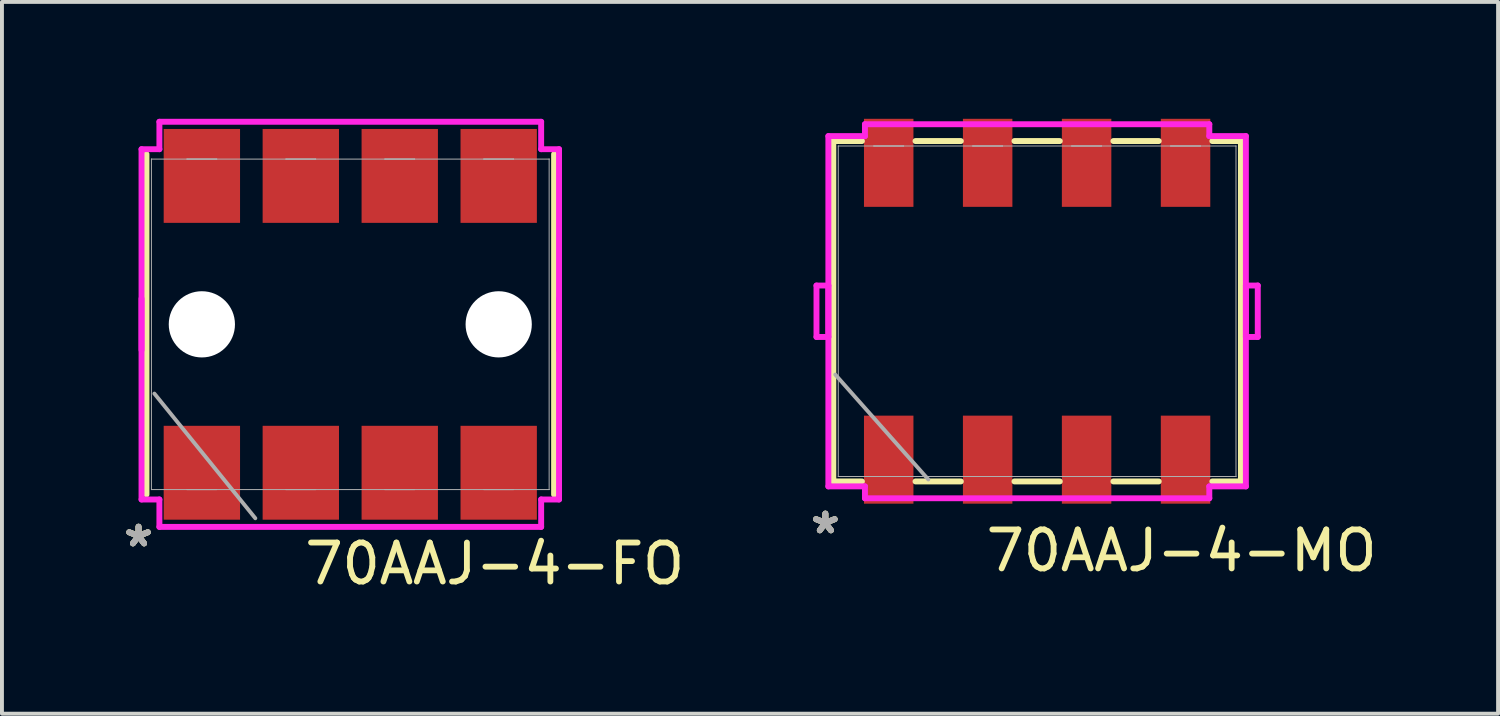
<source format=kicad_pcb>
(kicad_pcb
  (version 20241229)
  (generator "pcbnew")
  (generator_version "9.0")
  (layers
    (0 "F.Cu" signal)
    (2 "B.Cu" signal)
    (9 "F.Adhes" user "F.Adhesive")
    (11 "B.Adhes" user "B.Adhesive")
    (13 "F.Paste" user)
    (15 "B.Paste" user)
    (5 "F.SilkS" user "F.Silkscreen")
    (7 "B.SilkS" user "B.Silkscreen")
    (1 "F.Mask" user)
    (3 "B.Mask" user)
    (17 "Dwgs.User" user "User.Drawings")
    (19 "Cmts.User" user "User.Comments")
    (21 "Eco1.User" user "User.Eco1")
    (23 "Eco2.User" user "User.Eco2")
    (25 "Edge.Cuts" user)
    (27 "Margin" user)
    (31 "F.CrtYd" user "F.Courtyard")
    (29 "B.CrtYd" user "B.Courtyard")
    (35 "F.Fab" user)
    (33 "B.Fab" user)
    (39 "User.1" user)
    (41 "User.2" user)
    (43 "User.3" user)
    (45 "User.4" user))
  (footprint "70AAJ-4-FO"
    (layer "F.Cu")
    (at 5.942 5.276)
    (property "Reference" "70AAJ-4-FO" (at 3.708 6.147 0) (unlocked yes) (layer "F.SilkS") (effects (font (size 1 1) (thickness 0.15))))
    (attr smd)
    (fp_line (start -5.232 -4.369) (end -5.232 4.369) (stroke (width 0.152) (type solid)) (layer "F.SilkS"))
    (fp_line (start 5.232 4.369) (end 5.232 -4.369) (stroke (width 0.152) (type solid)) (layer "F.SilkS"))
    (fp_line (start -5.359 -4.496) (end -4.9 -4.496) (stroke (width 0.152) (type solid)) (layer "F.CrtYd"))
    (fp_line (start -5.359 0.66) (end -5.359 -4.496) (stroke (width 0.152) (type solid)) (layer "F.CrtYd"))
    (fp_line (start -5.359 4.496) (end -5.359 -0.66) (stroke (width 0.152) (type solid)) (layer "F.CrtYd"))
    (fp_line (start -4.9 -5.2) (end 4.9 -5.2) (stroke (width 0.152) (type solid)) (layer "F.CrtYd"))
    (fp_line (start -4.9 -4.496) (end -4.9 -5.2) (stroke (width 0.152) (type solid)) (layer "F.CrtYd"))
    (fp_line (start -4.9 4.496) (end -5.359 4.496) (stroke (width 0.152) (type solid)) (layer "F.CrtYd"))
    (fp_line (start -4.9 5.2) (end -4.9 4.496) (stroke (width 0.152) (type solid)) (layer "F.CrtYd"))
    (fp_line (start 4.9 -5.2) (end 4.9 -4.496) (stroke (width 0.152) (type solid)) (layer "F.CrtYd"))
    (fp_line (start 4.9 -4.496) (end 5.359 -4.496) (stroke (width 0.152) (type solid)) (layer "F.CrtYd"))
    (fp_line (start 4.9 4.496) (end 4.9 5.2) (stroke (width 0.152) (type solid)) (layer "F.CrtYd"))
    (fp_line (start 4.9 5.2) (end -4.9 5.2) (stroke (width 0.152) (type solid)) (layer "F.CrtYd"))
    (fp_line (start 5.359 -4.496) (end 5.359 0.66) (stroke (width 0.152) (type solid)) (layer "F.CrtYd"))
    (fp_line (start 5.359 -0.66) (end 5.359 4.496) (stroke (width 0.152) (type solid)) (layer "F.CrtYd"))
    (fp_line (start 5.359 4.496) (end 4.9 4.496) (stroke (width 0.152) (type solid)) (layer "F.CrtYd"))
    (fp_line (start -5.105 -4.242) (end -5.105 -4.242) (stroke (width 0.025) (type solid)) (layer "F.Fab"))
    (fp_line (start -5.105 -4.242) (end -5.105 4.242) (stroke (width 0.025) (type solid)) (layer "F.Fab"))
    (fp_line (start -5.105 4.242) (end -5.105 4.242) (stroke (width 0.025) (type solid)) (layer "F.Fab"))
    (fp_line (start -5.105 4.242) (end 5.105 4.242) (stroke (width 0.025) (type solid)) (layer "F.Fab"))
    (fp_line (start -5.029 1.778) (end -2.438 4.978) (stroke (width 0.1) (type solid)) (layer "F.Fab"))
    (fp_line (start -4.191 -4.242) (end -4.191 -4.242) (stroke (width 0.025) (type solid)) (layer "F.Fab"))
    (fp_line (start -4.191 -4.242) (end -3.429 -4.242) (stroke (width 0.025) (type solid)) (layer "F.Fab"))
    (fp_line (start -4.191 4.242) (end -4.191 4.242) (stroke (width 0.025) (type solid)) (layer "F.Fab"))
    (fp_line (start -4.191 4.242) (end -3.429 4.242) (stroke (width 0.025) (type solid)) (layer "F.Fab"))
    (fp_line (start -3.429 -4.242) (end -4.191 -4.242) (stroke (width 0.025) (type solid)) (layer "F.Fab"))
    (fp_line (start -3.429 -4.242) (end -3.429 -4.242) (stroke (width 0.025) (type solid)) (layer "F.Fab"))
    (fp_line (start -3.429 4.242) (end -4.191 4.242) (stroke (width 0.025) (type solid)) (layer "F.Fab"))
    (fp_line (start -3.429 4.242) (end -3.429 4.242) (stroke (width 0.025) (type solid)) (layer "F.Fab"))
    (fp_line (start -1.651 -4.242) (end -1.651 -4.242) (stroke (width 0.025) (type solid)) (layer "F.Fab"))
    (fp_line (start -1.651 -4.242) (end -0.889 -4.242) (stroke (width 0.025) (type solid)) (layer "F.Fab"))
    (fp_line (start -1.651 4.242) (end -1.651 4.242) (stroke (width 0.025) (type solid)) (layer "F.Fab"))
    (fp_line (start -1.651 4.242) (end -0.889 4.242) (stroke (width 0.025) (type solid)) (layer "F.Fab"))
    (fp_line (start -0.889 -4.242) (end -1.651 -4.242) (stroke (width 0.025) (type solid)) (layer "F.Fab"))
    (fp_line (start -0.889 -4.242) (end -0.889 -4.242) (stroke (width 0.025) (type solid)) (layer "F.Fab"))
    (fp_line (start -0.889 4.242) (end -1.651 4.242) (stroke (width 0.025) (type solid)) (layer "F.Fab"))
    (fp_line (start -0.889 4.242) (end -0.889 4.242) (stroke (width 0.025) (type solid)) (layer "F.Fab"))
    (fp_line (start 0.889 -4.242) (end 0.889 -4.242) (stroke (width 0.025) (type solid)) (layer "F.Fab"))
    (fp_line (start 0.889 -4.242) (end 1.651 -4.242) (stroke (width 0.025) (type solid)) (layer "F.Fab"))
    (fp_line (start 0.889 4.242) (end 0.889 4.242) (stroke (width 0.025) (type solid)) (layer "F.Fab"))
    (fp_line (start 0.889 4.242) (end 1.651 4.242) (stroke (width 0.025) (type solid)) (layer "F.Fab"))
    (fp_line (start 1.651 -4.242) (end 0.889 -4.242) (stroke (width 0.025) (type solid)) (layer "F.Fab"))
    (fp_line (start 1.651 -4.242) (end 1.651 -4.242) (stroke (width 0.025) (type solid)) (layer "F.Fab"))
    (fp_line (start 1.651 4.242) (end 0.889 4.242) (stroke (width 0.025) (type solid)) (layer "F.Fab"))
    (fp_line (start 1.651 4.242) (end 1.651 4.242) (stroke (width 0.025) (type solid)) (layer "F.Fab"))
    (fp_line (start 3.429 -4.242) (end 3.429 -4.242) (stroke (width 0.025) (type solid)) (layer "F.Fab"))
    (fp_line (start 3.429 -4.242) (end 4.191 -4.242) (stroke (width 0.025) (type solid)) (layer "F.Fab"))
    (fp_line (start 3.429 4.242) (end 3.429 4.242) (stroke (width 0.025) (type solid)) (layer "F.Fab"))
    (fp_line (start 3.429 4.242) (end 4.191 4.242) (stroke (width 0.025) (type solid)) (layer "F.Fab"))
    (fp_line (start 4.191 -4.242) (end 3.429 -4.242) (stroke (width 0.025) (type solid)) (layer "F.Fab"))
    (fp_line (start 4.191 -4.242) (end 4.191 -4.242) (stroke (width 0.025) (type solid)) (layer "F.Fab"))
    (fp_line (start 4.191 4.242) (end 3.429 4.242) (stroke (width 0.025) (type solid)) (layer "F.Fab"))
    (fp_line (start 4.191 4.242) (end 4.191 4.242) (stroke (width 0.025) (type solid)) (layer "F.Fab"))
    (fp_line (start 5.105 -4.242) (end -5.105 -4.242) (stroke (width 0.025) (type solid)) (layer "F.Fab"))
    (fp_line (start 5.105 -4.242) (end 5.105 -4.242) (stroke (width 0.025) (type solid)) (layer "F.Fab"))
    (fp_line (start 5.105 4.242) (end 5.105 -4.242) (stroke (width 0.025) (type solid)) (layer "F.Fab"))
    (fp_line (start 5.105 4.242) (end 5.105 4.242) (stroke (width 0.025) (type solid)) (layer "F.Fab"))
    (fp_text user "*" (at -5.436 5.74 0) (unlocked yes) (layer "F.SilkS") (effects (font (size 1 1) (thickness 0.15))))
    (fp_text user "*" (at -5.436 5.74 0) (layer "F.SilkS") (effects (font (size 1 1) (thickness 0.15))))
    (fp_text user "*" (at -5.436 5.74 0) (unlocked yes) (layer "F.Fab") (effects (font (size 1 1) (thickness 0.15))))
    (fp_text user "*" (at -5.436 5.74 0) (layer "F.Fab") (effects (font (size 1 1) (thickness 0.15))))
    (pad "" np_thru_hole circle (at -3.81 0) (size 1.7 1.7) (drill 1.7) (layers "*.Cu" "*.Mask"))
    (pad "" np_thru_hole circle (at 3.81 0) (size 1.7 1.7) (drill 1.7) (layers "*.Cu" "*.Mask"))
    (pad "1" smd rect (at -3.81 -3.81) (size 1.96 2.41) (layers "F.Cu" "F.Mask" "F.Paste"))
    (pad "1" smd rect (at -3.81 3.81) (size 1.96 2.41) (layers "F.Cu" "F.Mask" "F.Paste"))
    (pad "2" smd rect (at -1.27 -3.81) (size 1.96 2.41) (layers "F.Cu" "F.Mask" "F.Paste"))
    (pad "2" smd rect (at -1.27 3.81) (size 1.96 2.41) (layers "F.Cu" "F.Mask" "F.Paste"))
    (pad "3" smd rect (at 1.27 -3.81) (size 1.96 2.41) (layers "F.Cu" "F.Mask" "F.Paste"))
    (pad "3" smd rect (at 1.27 3.81) (size 1.96 2.41) (layers "F.Cu" "F.Mask" "F.Paste"))
    (pad "4" smd rect (at 3.81 -3.81) (size 1.96 2.41) (layers "F.Cu" "F.Mask" "F.Paste"))
    (pad "4" smd rect (at 3.81 3.81) (size 1.96 2.41) (layers "F.Cu" "F.Mask" "F.Paste")))
  (footprint "70AAJ-4-MO"
    (layer "F.Cu")
    (at 23.574 4.94)
    (property "Reference" "70AAJ-4-MO" (at 3.708 6.147 0) (unlocked yes) (layer "F.SilkS") (effects (font (size 1 1) (thickness 0.15))))
    (attr smd)
    (fp_line (start -5.232 -4.369) (end -5.232 4.369) (stroke (width 0.152) (type solid)) (layer "F.SilkS"))
    (fp_line (start -5.232 4.369) (end -4.498 4.369) (stroke (width 0.152) (type solid)) (layer "F.SilkS"))
    (fp_line (start -4.498 -4.369) (end -5.232 -4.369) (stroke (width 0.152) (type solid)) (layer "F.SilkS"))
    (fp_line (start -3.122 4.369) (end -1.958 4.369) (stroke (width 0.152) (type solid)) (layer "F.SilkS"))
    (fp_line (start -1.958 -4.369) (end -3.122 -4.369) (stroke (width 0.152) (type solid)) (layer "F.SilkS"))
    (fp_line (start -0.582 4.369) (end 0.582 4.369) (stroke (width 0.152) (type solid)) (layer "F.SilkS"))
    (fp_line (start 0.582 -4.369) (end -0.582 -4.369) (stroke (width 0.152) (type solid)) (layer "F.SilkS"))
    (fp_line (start 1.958 4.369) (end 3.122 4.369) (stroke (width 0.152) (type solid)) (layer "F.SilkS"))
    (fp_line (start 3.122 -4.369) (end 1.958 -4.369) (stroke (width 0.152) (type solid)) (layer "F.SilkS"))
    (fp_line (start 4.498 4.369) (end 5.232 4.369) (stroke (width 0.152) (type solid)) (layer "F.SilkS"))
    (fp_line (start 5.232 -4.369) (end 4.498 -4.369) (stroke (width 0.152) (type solid)) (layer "F.SilkS"))
    (fp_line (start 5.232 4.369) (end 5.232 -4.369) (stroke (width 0.152) (type solid)) (layer "F.SilkS"))
    (fp_line (start -5.664 -0.66) (end -5.664 0.66) (stroke (width 0.152) (type solid)) (layer "F.CrtYd"))
    (fp_line (start -5.664 0.66) (end -5.359 0.66) (stroke (width 0.152) (type solid)) (layer "F.CrtYd"))
    (fp_line (start -5.359 -4.496) (end -4.42 -4.496) (stroke (width 0.152) (type solid)) (layer "F.CrtYd"))
    (fp_line (start -5.359 -0.66) (end -5.664 -0.66) (stroke (width 0.152) (type solid)) (layer "F.CrtYd"))
    (fp_line (start -5.359 0.66) (end -5.359 -4.496) (stroke (width 0.152) (type solid)) (layer "F.CrtYd"))
    (fp_line (start -5.359 4.496) (end -5.359 -0.66) (stroke (width 0.152) (type solid)) (layer "F.CrtYd"))
    (fp_line (start -4.42 -4.801) (end 4.42 -4.801) (stroke (width 0.152) (type solid)) (layer "F.CrtYd"))
    (fp_line (start -4.42 -4.496) (end -4.42 -4.801) (stroke (width 0.152) (type solid)) (layer "F.CrtYd"))
    (fp_line (start -4.42 4.496) (end -5.359 4.496) (stroke (width 0.152) (type solid)) (layer "F.CrtYd"))
    (fp_line (start -4.42 4.801) (end -4.42 4.496) (stroke (width 0.152) (type solid)) (layer "F.CrtYd"))
    (fp_line (start 4.42 -4.801) (end 4.42 -4.496) (stroke (width 0.152) (type solid)) (layer "F.CrtYd"))
    (fp_line (start 4.42 -4.496) (end 5.359 -4.496) (stroke (width 0.152) (type solid)) (layer "F.CrtYd"))
    (fp_line (start 4.42 4.496) (end 4.42 4.801) (stroke (width 0.152) (type solid)) (layer "F.CrtYd"))
    (fp_line (start 4.42 4.801) (end -4.42 4.801) (stroke (width 0.152) (type solid)) (layer "F.CrtYd"))
    (fp_line (start 5.359 -4.496) (end 5.359 0.66) (stroke (width 0.152) (type solid)) (layer "F.CrtYd"))
    (fp_line (start 5.359 -0.66) (end 5.359 4.496) (stroke (width 0.152) (type solid)) (layer "F.CrtYd"))
    (fp_line (start 5.359 0.66) (end 5.664 0.66) (stroke (width 0.152) (type solid)) (layer "F.CrtYd"))
    (fp_line (start 5.359 4.496) (end 4.42 4.496) (stroke (width 0.152) (type solid)) (layer "F.CrtYd"))
    (fp_line (start 5.664 -0.66) (end 5.359 -0.66) (stroke (width 0.152) (type solid)) (layer "F.CrtYd"))
    (fp_line (start 5.664 0.66) (end 5.664 -0.66) (stroke (width 0.152) (type solid)) (layer "F.CrtYd"))
    (fp_line (start -5.182 1.626) (end -2.794 4.318) (stroke (width 0.1) (type solid)) (layer "F.Fab"))
    (fp_line (start -5.105 -4.242) (end -5.105 -4.242) (stroke (width 0.025) (type solid)) (layer "F.Fab"))
    (fp_line (start -5.105 -4.242) (end -5.105 4.242) (stroke (width 0.025) (type solid)) (layer "F.Fab"))
    (fp_line (start -5.105 4.242) (end -5.105 4.242) (stroke (width 0.025) (type solid)) (layer "F.Fab"))
    (fp_line (start -5.105 4.242) (end 5.105 4.242) (stroke (width 0.025) (type solid)) (layer "F.Fab"))
    (fp_line (start -4.191 -4.242) (end -4.191 -4.242) (stroke (width 0.025) (type solid)) (layer "F.Fab"))
    (fp_line (start -4.191 -4.242) (end -3.429 -4.242) (stroke (width 0.025) (type solid)) (layer "F.Fab"))
    (fp_line (start -4.191 4.242) (end -4.191 4.242) (stroke (width 0.025) (type solid)) (layer "F.Fab"))
    (fp_line (start -4.191 4.242) (end -3.429 4.242) (stroke (width 0.025) (type solid)) (layer "F.Fab"))
    (fp_line (start -3.429 -4.242) (end -4.191 -4.242) (stroke (width 0.025) (type solid)) (layer "F.Fab"))
    (fp_line (start -3.429 -4.242) (end -3.429 -4.242) (stroke (width 0.025) (type solid)) (layer "F.Fab"))
    (fp_line (start -3.429 4.242) (end -4.191 4.242) (stroke (width 0.025) (type solid)) (layer "F.Fab"))
    (fp_line (start -3.429 4.242) (end -3.429 4.242) (stroke (width 0.025) (type solid)) (layer "F.Fab"))
    (fp_line (start -1.651 -4.242) (end -1.651 -4.242) (stroke (width 0.025) (type solid)) (layer "F.Fab"))
    (fp_line (start -1.651 -4.242) (end -0.889 -4.242) (stroke (width 0.025) (type solid)) (layer "F.Fab"))
    (fp_line (start -1.651 4.242) (end -1.651 4.242) (stroke (width 0.025) (type solid)) (layer "F.Fab"))
    (fp_line (start -1.651 4.242) (end -0.889 4.242) (stroke (width 0.025) (type solid)) (layer "F.Fab"))
    (fp_line (start -0.889 -4.242) (end -1.651 -4.242) (stroke (width 0.025) (type solid)) (layer "F.Fab"))
    (fp_line (start -0.889 -4.242) (end -0.889 -4.242) (stroke (width 0.025) (type solid)) (layer "F.Fab"))
    (fp_line (start -0.889 4.242) (end -1.651 4.242) (stroke (width 0.025) (type solid)) (layer "F.Fab"))
    (fp_line (start -0.889 4.242) (end -0.889 4.242) (stroke (width 0.025) (type solid)) (layer "F.Fab"))
    (fp_line (start 0.889 -4.242) (end 0.889 -4.242) (stroke (width 0.025) (type solid)) (layer "F.Fab"))
    (fp_line (start 0.889 -4.242) (end 1.651 -4.242) (stroke (width 0.025) (type solid)) (layer "F.Fab"))
    (fp_line (start 0.889 4.242) (end 0.889 4.242) (stroke (width 0.025) (type solid)) (layer "F.Fab"))
    (fp_line (start 0.889 4.242) (end 1.651 4.242) (stroke (width 0.025) (type solid)) (layer "F.Fab"))
    (fp_line (start 1.651 -4.242) (end 0.889 -4.242) (stroke (width 0.025) (type solid)) (layer "F.Fab"))
    (fp_line (start 1.651 -4.242) (end 1.651 -4.242) (stroke (width 0.025) (type solid)) (layer "F.Fab"))
    (fp_line (start 1.651 4.242) (end 0.889 4.242) (stroke (width 0.025) (type solid)) (layer "F.Fab"))
    (fp_line (start 1.651 4.242) (end 1.651 4.242) (stroke (width 0.025) (type solid)) (layer "F.Fab"))
    (fp_line (start 3.429 -4.242) (end 3.429 -4.242) (stroke (width 0.025) (type solid)) (layer "F.Fab"))
    (fp_line (start 3.429 -4.242) (end 4.191 -4.242) (stroke (width 0.025) (type solid)) (layer "F.Fab"))
    (fp_line (start 3.429 4.242) (end 3.429 4.242) (stroke (width 0.025) (type solid)) (layer "F.Fab"))
    (fp_line (start 3.429 4.242) (end 4.191 4.242) (stroke (width 0.025) (type solid)) (layer "F.Fab"))
    (fp_line (start 4.191 -4.242) (end 3.429 -4.242) (stroke (width 0.025) (type solid)) (layer "F.Fab"))
    (fp_line (start 4.191 -4.242) (end 4.191 -4.242) (stroke (width 0.025) (type solid)) (layer "F.Fab"))
    (fp_line (start 4.191 4.242) (end 3.429 4.242) (stroke (width 0.025) (type solid)) (layer "F.Fab"))
    (fp_line (start 4.191 4.242) (end 4.191 4.242) (stroke (width 0.025) (type solid)) (layer "F.Fab"))
    (fp_line (start 5.105 -4.242) (end -5.105 -4.242) (stroke (width 0.025) (type solid)) (layer "F.Fab"))
    (fp_line (start 5.105 -4.242) (end 5.105 -4.242) (stroke (width 0.025) (type solid)) (layer "F.Fab"))
    (fp_line (start 5.105 4.242) (end 5.105 -4.242) (stroke (width 0.025) (type solid)) (layer "F.Fab"))
    (fp_line (start 5.105 4.242) (end 5.105 4.242) (stroke (width 0.025) (type solid)) (layer "F.Fab"))
    (fp_text user "*" (at -5.436 5.74 0) (layer "F.SilkS") (effects (font (size 1 1) (thickness 0.15))))
    (fp_text user "*" (at -5.436 5.74 0) (unlocked yes) (layer "F.SilkS") (effects (font (size 1 1) (thickness 0.15))))
    (fp_text user "*" (at -5.436 5.74 0) (layer "F.Fab") (effects (font (size 1 1) (thickness 0.15))))
    (fp_text user "*" (at -5.436 5.74 0) (unlocked yes) (layer "F.Fab") (effects (font (size 1 1) (thickness 0.15))))
    (pad "1" smd rect (at -3.81 -3.81) (size 1.27 2.26) (layers "F.Cu" "F.Mask" "F.Paste"))
    (pad "1" smd rect (at -3.81 3.81) (size 1.27 2.26) (layers "F.Cu" "F.Mask" "F.Paste"))
    (pad "2" smd rect (at -1.27 -3.81) (size 1.27 2.26) (layers "F.Cu" "F.Mask" "F.Paste"))
    (pad "2" smd rect (at -1.27 3.81) (size 1.27 2.26) (layers "F.Cu" "F.Mask" "F.Paste"))
    (pad "3" smd rect (at 1.27 -3.81) (size 1.27 2.26) (layers "F.Cu" "F.Mask" "F.Paste"))
    (pad "3" smd rect (at 1.27 3.81) (size 1.27 2.26) (layers "F.Cu" "F.Mask" "F.Paste"))
    (pad "4" smd rect (at 3.81 -3.81) (size 1.27 2.26) (layers "F.Cu" "F.Mask" "F.Paste"))
    (pad "4" smd rect (at 3.81 3.81) (size 1.27 2.26) (layers "F.Cu" "F.Mask" "F.Paste")))
  (gr_rect
    (start -3 -3)
    (end 35.407 15.271)
    (stroke (width 0.1) (type default))
    (fill no)
    (layer "Edge.Cuts")))
</source>
